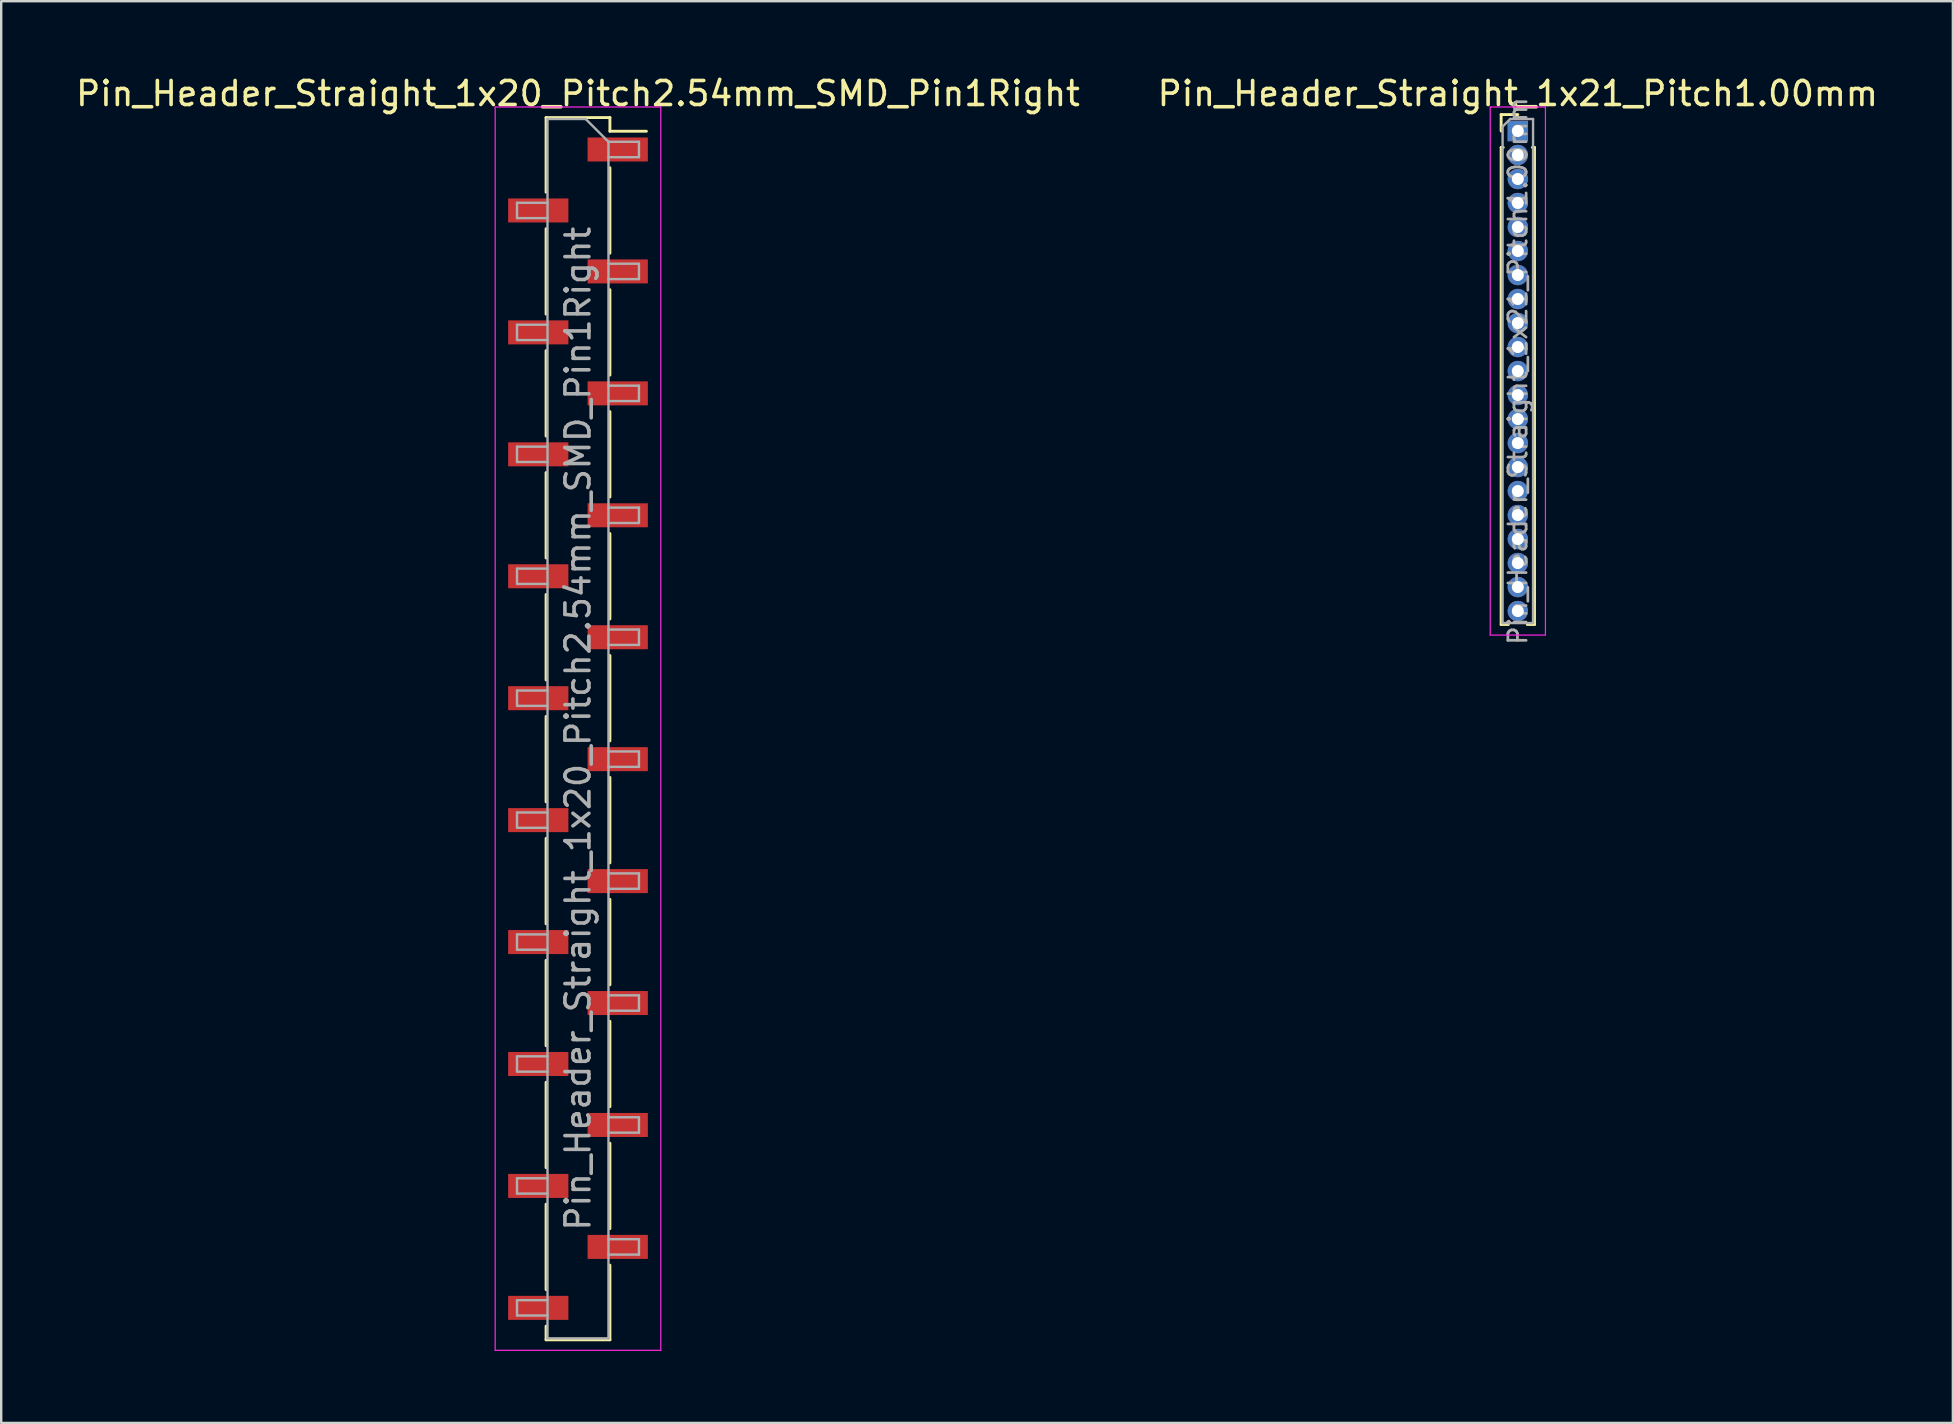
<source format=kicad_pcb>
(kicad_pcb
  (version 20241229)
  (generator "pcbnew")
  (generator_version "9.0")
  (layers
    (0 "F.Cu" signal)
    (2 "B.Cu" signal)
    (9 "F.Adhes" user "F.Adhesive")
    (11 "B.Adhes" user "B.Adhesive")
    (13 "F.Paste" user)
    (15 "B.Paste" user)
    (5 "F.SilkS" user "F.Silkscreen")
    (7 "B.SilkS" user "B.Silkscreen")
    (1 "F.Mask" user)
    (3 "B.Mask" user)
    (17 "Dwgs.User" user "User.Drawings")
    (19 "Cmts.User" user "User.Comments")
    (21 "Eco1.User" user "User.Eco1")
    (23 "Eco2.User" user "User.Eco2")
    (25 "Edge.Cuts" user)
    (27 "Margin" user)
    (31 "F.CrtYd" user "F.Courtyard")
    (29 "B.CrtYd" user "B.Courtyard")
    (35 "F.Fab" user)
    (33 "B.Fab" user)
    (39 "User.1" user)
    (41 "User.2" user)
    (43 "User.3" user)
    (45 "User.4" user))
  (footprint "Pin_Header_Straight_1x21_Pitch1.00mm"
    (layer "F.Cu")
    (at 60.185 2.408)
    (property "Reference" "Pin_Header_Straight_1x21_Pitch1.00mm" (at 0 -1.56 0) (layer "F.SilkS") (effects (font (size 1 1) (thickness 0.15))))
    (attr through_hole)
    (fp_line (start -0.695 -0.685) (end 0 -0.685) (stroke (width 0.12) (type solid)) (layer "F.SilkS"))
    (fp_line (start -0.695 0) (end -0.695 -0.685) (stroke (width 0.12) (type solid)) (layer "F.SilkS"))
    (fp_line (start -0.695 0.685) (end -0.695 20.56) (stroke (width 0.12) (type solid)) (layer "F.SilkS"))
    (fp_line (start -0.695 0.685) (end -0.608 0.685) (stroke (width 0.12) (type solid)) (layer "F.SilkS"))
    (fp_line (start -0.695 20.56) (end -0.394 20.56) (stroke (width 0.12) (type solid)) (layer "F.SilkS"))
    (fp_line (start 0.394 20.56) (end 0.695 20.56) (stroke (width 0.12) (type solid)) (layer "F.SilkS"))
    (fp_line (start 0.608 0.685) (end 0.695 0.685) (stroke (width 0.12) (type solid)) (layer "F.SilkS"))
    (fp_line (start 0.695 0.685) (end 0.695 20.56) (stroke (width 0.12) (type solid)) (layer "F.SilkS"))
    (fp_line (start -1.15 -1) (end -1.15 21) (stroke (width 0.05) (type solid)) (layer "F.CrtYd"))
    (fp_line (start -1.15 21) (end 1.15 21) (stroke (width 0.05) (type solid)) (layer "F.CrtYd"))
    (fp_line (start 1.15 -1) (end -1.15 -1) (stroke (width 0.05) (type solid)) (layer "F.CrtYd"))
    (fp_line (start 1.15 21) (end 1.15 -1) (stroke (width 0.05) (type solid)) (layer "F.CrtYd"))
    (fp_line (start -0.635 -0.182) (end -0.318 -0.5) (stroke (width 0.1) (type solid)) (layer "F.Fab"))
    (fp_line (start -0.635 20.5) (end -0.635 -0.182) (stroke (width 0.1) (type solid)) (layer "F.Fab"))
    (fp_line (start -0.318 -0.5) (end 0.635 -0.5) (stroke (width 0.1) (type solid)) (layer "F.Fab"))
    (fp_line (start 0.635 -0.5) (end 0.635 20.5) (stroke (width 0.1) (type solid)) (layer "F.Fab"))
    (fp_line (start 0.635 20.5) (end -0.635 20.5) (stroke (width 0.1) (type solid)) (layer "F.Fab"))
    (fp_text user "${REFERENCE}" (at 0 10 90) (layer "F.Fab") (effects (font (size 0.76 0.76) (thickness 0.114))))
    (pad "1" thru_hole rect (at 0 0) (size 0.85 0.85) (drill 0.5) (layers "*.Cu" "*.Mask"))
    (pad "2" thru_hole oval (at 0 1) (size 0.85 0.85) (drill 0.5) (layers "*.Cu" "*.Mask"))
    (pad "3" thru_hole oval (at 0 2) (size 0.85 0.85) (drill 0.5) (layers "*.Cu" "*.Mask"))
    (pad "4" thru_hole oval (at 0 3) (size 0.85 0.85) (drill 0.5) (layers "*.Cu" "*.Mask"))
    (pad "5" thru_hole oval (at 0 4) (size 0.85 0.85) (drill 0.5) (layers "*.Cu" "*.Mask"))
    (pad "6" thru_hole oval (at 0 5) (size 0.85 0.85) (drill 0.5) (layers "*.Cu" "*.Mask"))
    (pad "7" thru_hole oval (at 0 6) (size 0.85 0.85) (drill 0.5) (layers "*.Cu" "*.Mask"))
    (pad "8" thru_hole oval (at 0 7) (size 0.85 0.85) (drill 0.5) (layers "*.Cu" "*.Mask"))
    (pad "9" thru_hole oval (at 0 8) (size 0.85 0.85) (drill 0.5) (layers "*.Cu" "*.Mask"))
    (pad "10" thru_hole oval (at 0 9) (size 0.85 0.85) (drill 0.5) (layers "*.Cu" "*.Mask"))
    (pad "11" thru_hole oval (at 0 10) (size 0.85 0.85) (drill 0.5) (layers "*.Cu" "*.Mask"))
    (pad "12" thru_hole oval (at 0 11) (size 0.85 0.85) (drill 0.5) (layers "*.Cu" "*.Mask"))
    (pad "13" thru_hole oval (at 0 12) (size 0.85 0.85) (drill 0.5) (layers "*.Cu" "*.Mask"))
    (pad "14" thru_hole oval (at 0 13) (size 0.85 0.85) (drill 0.5) (layers "*.Cu" "*.Mask"))
    (pad "15" thru_hole oval (at 0 14) (size 0.85 0.85) (drill 0.5) (layers "*.Cu" "*.Mask"))
    (pad "16" thru_hole oval (at 0 15) (size 0.85 0.85) (drill 0.5) (layers "*.Cu" "*.Mask"))
    (pad "17" thru_hole oval (at 0 16) (size 0.85 0.85) (drill 0.5) (layers "*.Cu" "*.Mask"))
    (pad "18" thru_hole oval (at 0 17) (size 0.85 0.85) (drill 0.5) (layers "*.Cu" "*.Mask"))
    (pad "19" thru_hole oval (at 0 18) (size 0.85 0.85) (drill 0.5) (layers "*.Cu" "*.Mask"))
    (pad "20" thru_hole oval (at 0 19) (size 0.85 0.85) (drill 0.5) (layers "*.Cu" "*.Mask"))
    (pad "21" thru_hole oval (at 0 20) (size 0.85 0.85) (drill 0.5) (layers "*.Cu" "*.Mask")))
  (footprint "Pin_Header_Straight_1x20_Pitch2.54mm_SMD_Pin1Right"
    (layer "F.Cu")
    (at 21.03 27.308)
    (property "Reference" "Pin_Header_Straight_1x20_Pitch2.54mm_SMD_Pin1Right" (at 0 -26.46 0) (layer "F.SilkS") (effects (font (size 1 1) (thickness 0.15))))
    (attr smd)
    (fp_line (start -1.33 -25.46) (end -1.33 -22.35) (stroke (width 0.12) (type solid)) (layer "F.SilkS"))
    (fp_line (start -1.33 -25.46) (end 1.33 -25.46) (stroke (width 0.12) (type solid)) (layer "F.SilkS"))
    (fp_line (start -1.33 -20.83) (end -1.33 -17.27) (stroke (width 0.12) (type solid)) (layer "F.SilkS"))
    (fp_line (start -1.33 -15.75) (end -1.33 -12.19) (stroke (width 0.12) (type solid)) (layer "F.SilkS"))
    (fp_line (start -1.33 -10.67) (end -1.33 -7.11) (stroke (width 0.12) (type solid)) (layer "F.SilkS"))
    (fp_line (start -1.33 -5.59) (end -1.33 -2.03) (stroke (width 0.12) (type solid)) (layer "F.SilkS"))
    (fp_line (start -1.33 -0.51) (end -1.33 3.05) (stroke (width 0.12) (type solid)) (layer "F.SilkS"))
    (fp_line (start -1.33 4.57) (end -1.33 8.13) (stroke (width 0.12) (type solid)) (layer "F.SilkS"))
    (fp_line (start -1.33 9.65) (end -1.33 13.21) (stroke (width 0.12) (type solid)) (layer "F.SilkS"))
    (fp_line (start -1.33 14.73) (end -1.33 18.29) (stroke (width 0.12) (type solid)) (layer "F.SilkS"))
    (fp_line (start -1.33 19.81) (end -1.33 23.37) (stroke (width 0.12) (type solid)) (layer "F.SilkS"))
    (fp_line (start -1.33 24.89) (end -1.33 25.46) (stroke (width 0.12) (type solid)) (layer "F.SilkS"))
    (fp_line (start -1.33 25.46) (end 1.33 25.46) (stroke (width 0.12) (type solid)) (layer "F.SilkS"))
    (fp_line (start 1.33 -25.46) (end 1.33 -24.89) (stroke (width 0.12) (type solid)) (layer "F.SilkS"))
    (fp_line (start 1.33 -24.89) (end 2.85 -24.89) (stroke (width 0.12) (type solid)) (layer "F.SilkS"))
    (fp_line (start 1.33 -23.37) (end 1.33 -19.81) (stroke (width 0.12) (type solid)) (layer "F.SilkS"))
    (fp_line (start 1.33 -18.29) (end 1.33 -14.73) (stroke (width 0.12) (type solid)) (layer "F.SilkS"))
    (fp_line (start 1.33 -13.21) (end 1.33 -9.65) (stroke (width 0.12) (type solid)) (layer "F.SilkS"))
    (fp_line (start 1.33 -8.13) (end 1.33 -4.57) (stroke (width 0.12) (type solid)) (layer "F.SilkS"))
    (fp_line (start 1.33 -3.05) (end 1.33 0.51) (stroke (width 0.12) (type solid)) (layer "F.SilkS"))
    (fp_line (start 1.33 2.03) (end 1.33 5.59) (stroke (width 0.12) (type solid)) (layer "F.SilkS"))
    (fp_line (start 1.33 7.11) (end 1.33 10.67) (stroke (width 0.12) (type solid)) (layer "F.SilkS"))
    (fp_line (start 1.33 12.19) (end 1.33 15.75) (stroke (width 0.12) (type solid)) (layer "F.SilkS"))
    (fp_line (start 1.33 17.27) (end 1.33 20.83) (stroke (width 0.12) (type solid)) (layer "F.SilkS"))
    (fp_line (start 1.33 22.35) (end 1.33 25.46) (stroke (width 0.12) (type solid)) (layer "F.SilkS"))
    (fp_line (start -3.45 -25.9) (end -3.45 25.9) (stroke (width 0.05) (type solid)) (layer "F.CrtYd"))
    (fp_line (start -3.45 25.9) (end 3.45 25.9) (stroke (width 0.05) (type solid)) (layer "F.CrtYd"))
    (fp_line (start 3.45 -25.9) (end -3.45 -25.9) (stroke (width 0.05) (type solid)) (layer "F.CrtYd"))
    (fp_line (start 3.45 25.9) (end 3.45 -25.9) (stroke (width 0.05) (type solid)) (layer "F.CrtYd"))
    (fp_line (start -2.54 -21.91) (end -2.54 -21.27) (stroke (width 0.1) (type solid)) (layer "F.Fab"))
    (fp_line (start -2.54 -21.27) (end -1.27 -21.27) (stroke (width 0.1) (type solid)) (layer "F.Fab"))
    (fp_line (start -2.54 -16.83) (end -2.54 -16.19) (stroke (width 0.1) (type solid)) (layer "F.Fab"))
    (fp_line (start -2.54 -16.19) (end -1.27 -16.19) (stroke (width 0.1) (type solid)) (layer "F.Fab"))
    (fp_line (start -2.54 -11.75) (end -2.54 -11.11) (stroke (width 0.1) (type solid)) (layer "F.Fab"))
    (fp_line (start -2.54 -11.11) (end -1.27 -11.11) (stroke (width 0.1) (type solid)) (layer "F.Fab"))
    (fp_line (start -2.54 -6.67) (end -2.54 -6.03) (stroke (width 0.1) (type solid)) (layer "F.Fab"))
    (fp_line (start -2.54 -6.03) (end -1.27 -6.03) (stroke (width 0.1) (type solid)) (layer "F.Fab"))
    (fp_line (start -2.54 -1.59) (end -2.54 -0.95) (stroke (width 0.1) (type solid)) (layer "F.Fab"))
    (fp_line (start -2.54 -0.95) (end -1.27 -0.95) (stroke (width 0.1) (type solid)) (layer "F.Fab"))
    (fp_line (start -2.54 3.49) (end -2.54 4.13) (stroke (width 0.1) (type solid)) (layer "F.Fab"))
    (fp_line (start -2.54 4.13) (end -1.27 4.13) (stroke (width 0.1) (type solid)) (layer "F.Fab"))
    (fp_line (start -2.54 8.57) (end -2.54 9.21) (stroke (width 0.1) (type solid)) (layer "F.Fab"))
    (fp_line (start -2.54 9.21) (end -1.27 9.21) (stroke (width 0.1) (type solid)) (layer "F.Fab"))
    (fp_line (start -2.54 13.65) (end -2.54 14.29) (stroke (width 0.1) (type solid)) (layer "F.Fab"))
    (fp_line (start -2.54 14.29) (end -1.27 14.29) (stroke (width 0.1) (type solid)) (layer "F.Fab"))
    (fp_line (start -2.54 18.73) (end -2.54 19.37) (stroke (width 0.1) (type solid)) (layer "F.Fab"))
    (fp_line (start -2.54 19.37) (end -1.27 19.37) (stroke (width 0.1) (type solid)) (layer "F.Fab"))
    (fp_line (start -2.54 23.81) (end -2.54 24.45) (stroke (width 0.1) (type solid)) (layer "F.Fab"))
    (fp_line (start -2.54 24.45) (end -1.27 24.45) (stroke (width 0.1) (type solid)) (layer "F.Fab"))
    (fp_line (start -1.27 -25.4) (end -1.27 25.4) (stroke (width 0.1) (type solid)) (layer "F.Fab"))
    (fp_line (start -1.27 -25.4) (end 0.32 -25.4) (stroke (width 0.1) (type solid)) (layer "F.Fab"))
    (fp_line (start -1.27 -21.91) (end -2.54 -21.91) (stroke (width 0.1) (type solid)) (layer "F.Fab"))
    (fp_line (start -1.27 -16.83) (end -2.54 -16.83) (stroke (width 0.1) (type solid)) (layer "F.Fab"))
    (fp_line (start -1.27 -11.75) (end -2.54 -11.75) (stroke (width 0.1) (type solid)) (layer "F.Fab"))
    (fp_line (start -1.27 -6.67) (end -2.54 -6.67) (stroke (width 0.1) (type solid)) (layer "F.Fab"))
    (fp_line (start -1.27 -1.59) (end -2.54 -1.59) (stroke (width 0.1) (type solid)) (layer "F.Fab"))
    (fp_line (start -1.27 3.49) (end -2.54 3.49) (stroke (width 0.1) (type solid)) (layer "F.Fab"))
    (fp_line (start -1.27 8.57) (end -2.54 8.57) (stroke (width 0.1) (type solid)) (layer "F.Fab"))
    (fp_line (start -1.27 13.65) (end -2.54 13.65) (stroke (width 0.1) (type solid)) (layer "F.Fab"))
    (fp_line (start -1.27 18.73) (end -2.54 18.73) (stroke (width 0.1) (type solid)) (layer "F.Fab"))
    (fp_line (start -1.27 23.81) (end -2.54 23.81) (stroke (width 0.1) (type solid)) (layer "F.Fab"))
    (fp_line (start 1.27 -24.45) (end 0.32 -25.4) (stroke (width 0.1) (type solid)) (layer "F.Fab"))
    (fp_line (start 1.27 -24.45) (end 2.54 -24.45) (stroke (width 0.1) (type solid)) (layer "F.Fab"))
    (fp_line (start 1.27 -19.37) (end 2.54 -19.37) (stroke (width 0.1) (type solid)) (layer "F.Fab"))
    (fp_line (start 1.27 -14.29) (end 2.54 -14.29) (stroke (width 0.1) (type solid)) (layer "F.Fab"))
    (fp_line (start 1.27 -9.21) (end 2.54 -9.21) (stroke (width 0.1) (type solid)) (layer "F.Fab"))
    (fp_line (start 1.27 -4.13) (end 2.54 -4.13) (stroke (width 0.1) (type solid)) (layer "F.Fab"))
    (fp_line (start 1.27 0.95) (end 2.54 0.95) (stroke (width 0.1) (type solid)) (layer "F.Fab"))
    (fp_line (start 1.27 6.03) (end 2.54 6.03) (stroke (width 0.1) (type solid)) (layer "F.Fab"))
    (fp_line (start 1.27 11.11) (end 2.54 11.11) (stroke (width 0.1) (type solid)) (layer "F.Fab"))
    (fp_line (start 1.27 16.19) (end 2.54 16.19) (stroke (width 0.1) (type solid)) (layer "F.Fab"))
    (fp_line (start 1.27 21.27) (end 2.54 21.27) (stroke (width 0.1) (type solid)) (layer "F.Fab"))
    (fp_line (start 1.27 25.4) (end -1.27 25.4) (stroke (width 0.1) (type solid)) (layer "F.Fab"))
    (fp_line (start 1.27 25.4) (end 1.27 -24.45) (stroke (width 0.1) (type solid)) (layer "F.Fab"))
    (fp_line (start 2.54 -24.45) (end 2.54 -23.81) (stroke (width 0.1) (type solid)) (layer "F.Fab"))
    (fp_line (start 2.54 -23.81) (end 1.27 -23.81) (stroke (width 0.1) (type solid)) (layer "F.Fab"))
    (fp_line (start 2.54 -19.37) (end 2.54 -18.73) (stroke (width 0.1) (type solid)) (layer "F.Fab"))
    (fp_line (start 2.54 -18.73) (end 1.27 -18.73) (stroke (width 0.1) (type solid)) (layer "F.Fab"))
    (fp_line (start 2.54 -14.29) (end 2.54 -13.65) (stroke (width 0.1) (type solid)) (layer "F.Fab"))
    (fp_line (start 2.54 -13.65) (end 1.27 -13.65) (stroke (width 0.1) (type solid)) (layer "F.Fab"))
    (fp_line (start 2.54 -9.21) (end 2.54 -8.57) (stroke (width 0.1) (type solid)) (layer "F.Fab"))
    (fp_line (start 2.54 -8.57) (end 1.27 -8.57) (stroke (width 0.1) (type solid)) (layer "F.Fab"))
    (fp_line (start 2.54 -4.13) (end 2.54 -3.49) (stroke (width 0.1) (type solid)) (layer "F.Fab"))
    (fp_line (start 2.54 -3.49) (end 1.27 -3.49) (stroke (width 0.1) (type solid)) (layer "F.Fab"))
    (fp_line (start 2.54 0.95) (end 2.54 1.59) (stroke (width 0.1) (type solid)) (layer "F.Fab"))
    (fp_line (start 2.54 1.59) (end 1.27 1.59) (stroke (width 0.1) (type solid)) (layer "F.Fab"))
    (fp_line (start 2.54 6.03) (end 2.54 6.67) (stroke (width 0.1) (type solid)) (layer "F.Fab"))
    (fp_line (start 2.54 6.67) (end 1.27 6.67) (stroke (width 0.1) (type solid)) (layer "F.Fab"))
    (fp_line (start 2.54 11.11) (end 2.54 11.75) (stroke (width 0.1) (type solid)) (layer "F.Fab"))
    (fp_line (start 2.54 11.75) (end 1.27 11.75) (stroke (width 0.1) (type solid)) (layer "F.Fab"))
    (fp_line (start 2.54 16.19) (end 2.54 16.83) (stroke (width 0.1) (type solid)) (layer "F.Fab"))
    (fp_line (start 2.54 16.83) (end 1.27 16.83) (stroke (width 0.1) (type solid)) (layer "F.Fab"))
    (fp_line (start 2.54 21.27) (end 2.54 21.91) (stroke (width 0.1) (type solid)) (layer "F.Fab"))
    (fp_line (start 2.54 21.91) (end 1.27 21.91) (stroke (width 0.1) (type solid)) (layer "F.Fab"))
    (fp_text user "${REFERENCE}" (at 0 0 90) (layer "F.Fab") (effects (font (size 1 1) (thickness 0.15))))
    (pad "1" smd rect (at 1.655 -24.13) (size 2.51 1) (layers "F.Cu" "F.Mask" "F.Paste"))
    (pad "2" smd rect (at -1.655 -21.59) (size 2.51 1) (layers "F.Cu" "F.Mask" "F.Paste"))
    (pad "3" smd rect (at 1.655 -19.05) (size 2.51 1) (layers "F.Cu" "F.Mask" "F.Paste"))
    (pad "4" smd rect (at -1.655 -16.51) (size 2.51 1) (layers "F.Cu" "F.Mask" "F.Paste"))
    (pad "5" smd rect (at 1.655 -13.97) (size 2.51 1) (layers "F.Cu" "F.Mask" "F.Paste"))
    (pad "6" smd rect (at -1.655 -11.43) (size 2.51 1) (layers "F.Cu" "F.Mask" "F.Paste"))
    (pad "7" smd rect (at 1.655 -8.89) (size 2.51 1) (layers "F.Cu" "F.Mask" "F.Paste"))
    (pad "8" smd rect (at -1.655 -6.35) (size 2.51 1) (layers "F.Cu" "F.Mask" "F.Paste"))
    (pad "9" smd rect (at 1.655 -3.81) (size 2.51 1) (layers "F.Cu" "F.Mask" "F.Paste"))
    (pad "10" smd rect (at -1.655 -1.27) (size 2.51 1) (layers "F.Cu" "F.Mask" "F.Paste"))
    (pad "11" smd rect (at 1.655 1.27) (size 2.51 1) (layers "F.Cu" "F.Mask" "F.Paste"))
    (pad "12" smd rect (at -1.655 3.81) (size 2.51 1) (layers "F.Cu" "F.Mask" "F.Paste"))
    (pad "13" smd rect (at 1.655 6.35) (size 2.51 1) (layers "F.Cu" "F.Mask" "F.Paste"))
    (pad "14" smd rect (at -1.655 8.89) (size 2.51 1) (layers "F.Cu" "F.Mask" "F.Paste"))
    (pad "15" smd rect (at 1.655 11.43) (size 2.51 1) (layers "F.Cu" "F.Mask" "F.Paste"))
    (pad "16" smd rect (at -1.655 13.97) (size 2.51 1) (layers "F.Cu" "F.Mask" "F.Paste"))
    (pad "17" smd rect (at 1.655 16.51) (size 2.51 1) (layers "F.Cu" "F.Mask" "F.Paste"))
    (pad "18" smd rect (at -1.655 19.05) (size 2.51 1) (layers "F.Cu" "F.Mask" "F.Paste"))
    (pad "19" smd rect (at 1.655 21.59) (size 2.51 1) (layers "F.Cu" "F.Mask" "F.Paste"))
    (pad "20" smd rect (at -1.655 24.13) (size 2.51 1) (layers "F.Cu" "F.Mask" "F.Paste")))
  (gr_rect
    (start -3 -3)
    (end 78.31 56.233)
    (stroke (width 0.1) (type default))
    (fill no)
    (layer "Edge.Cuts")))
</source>
